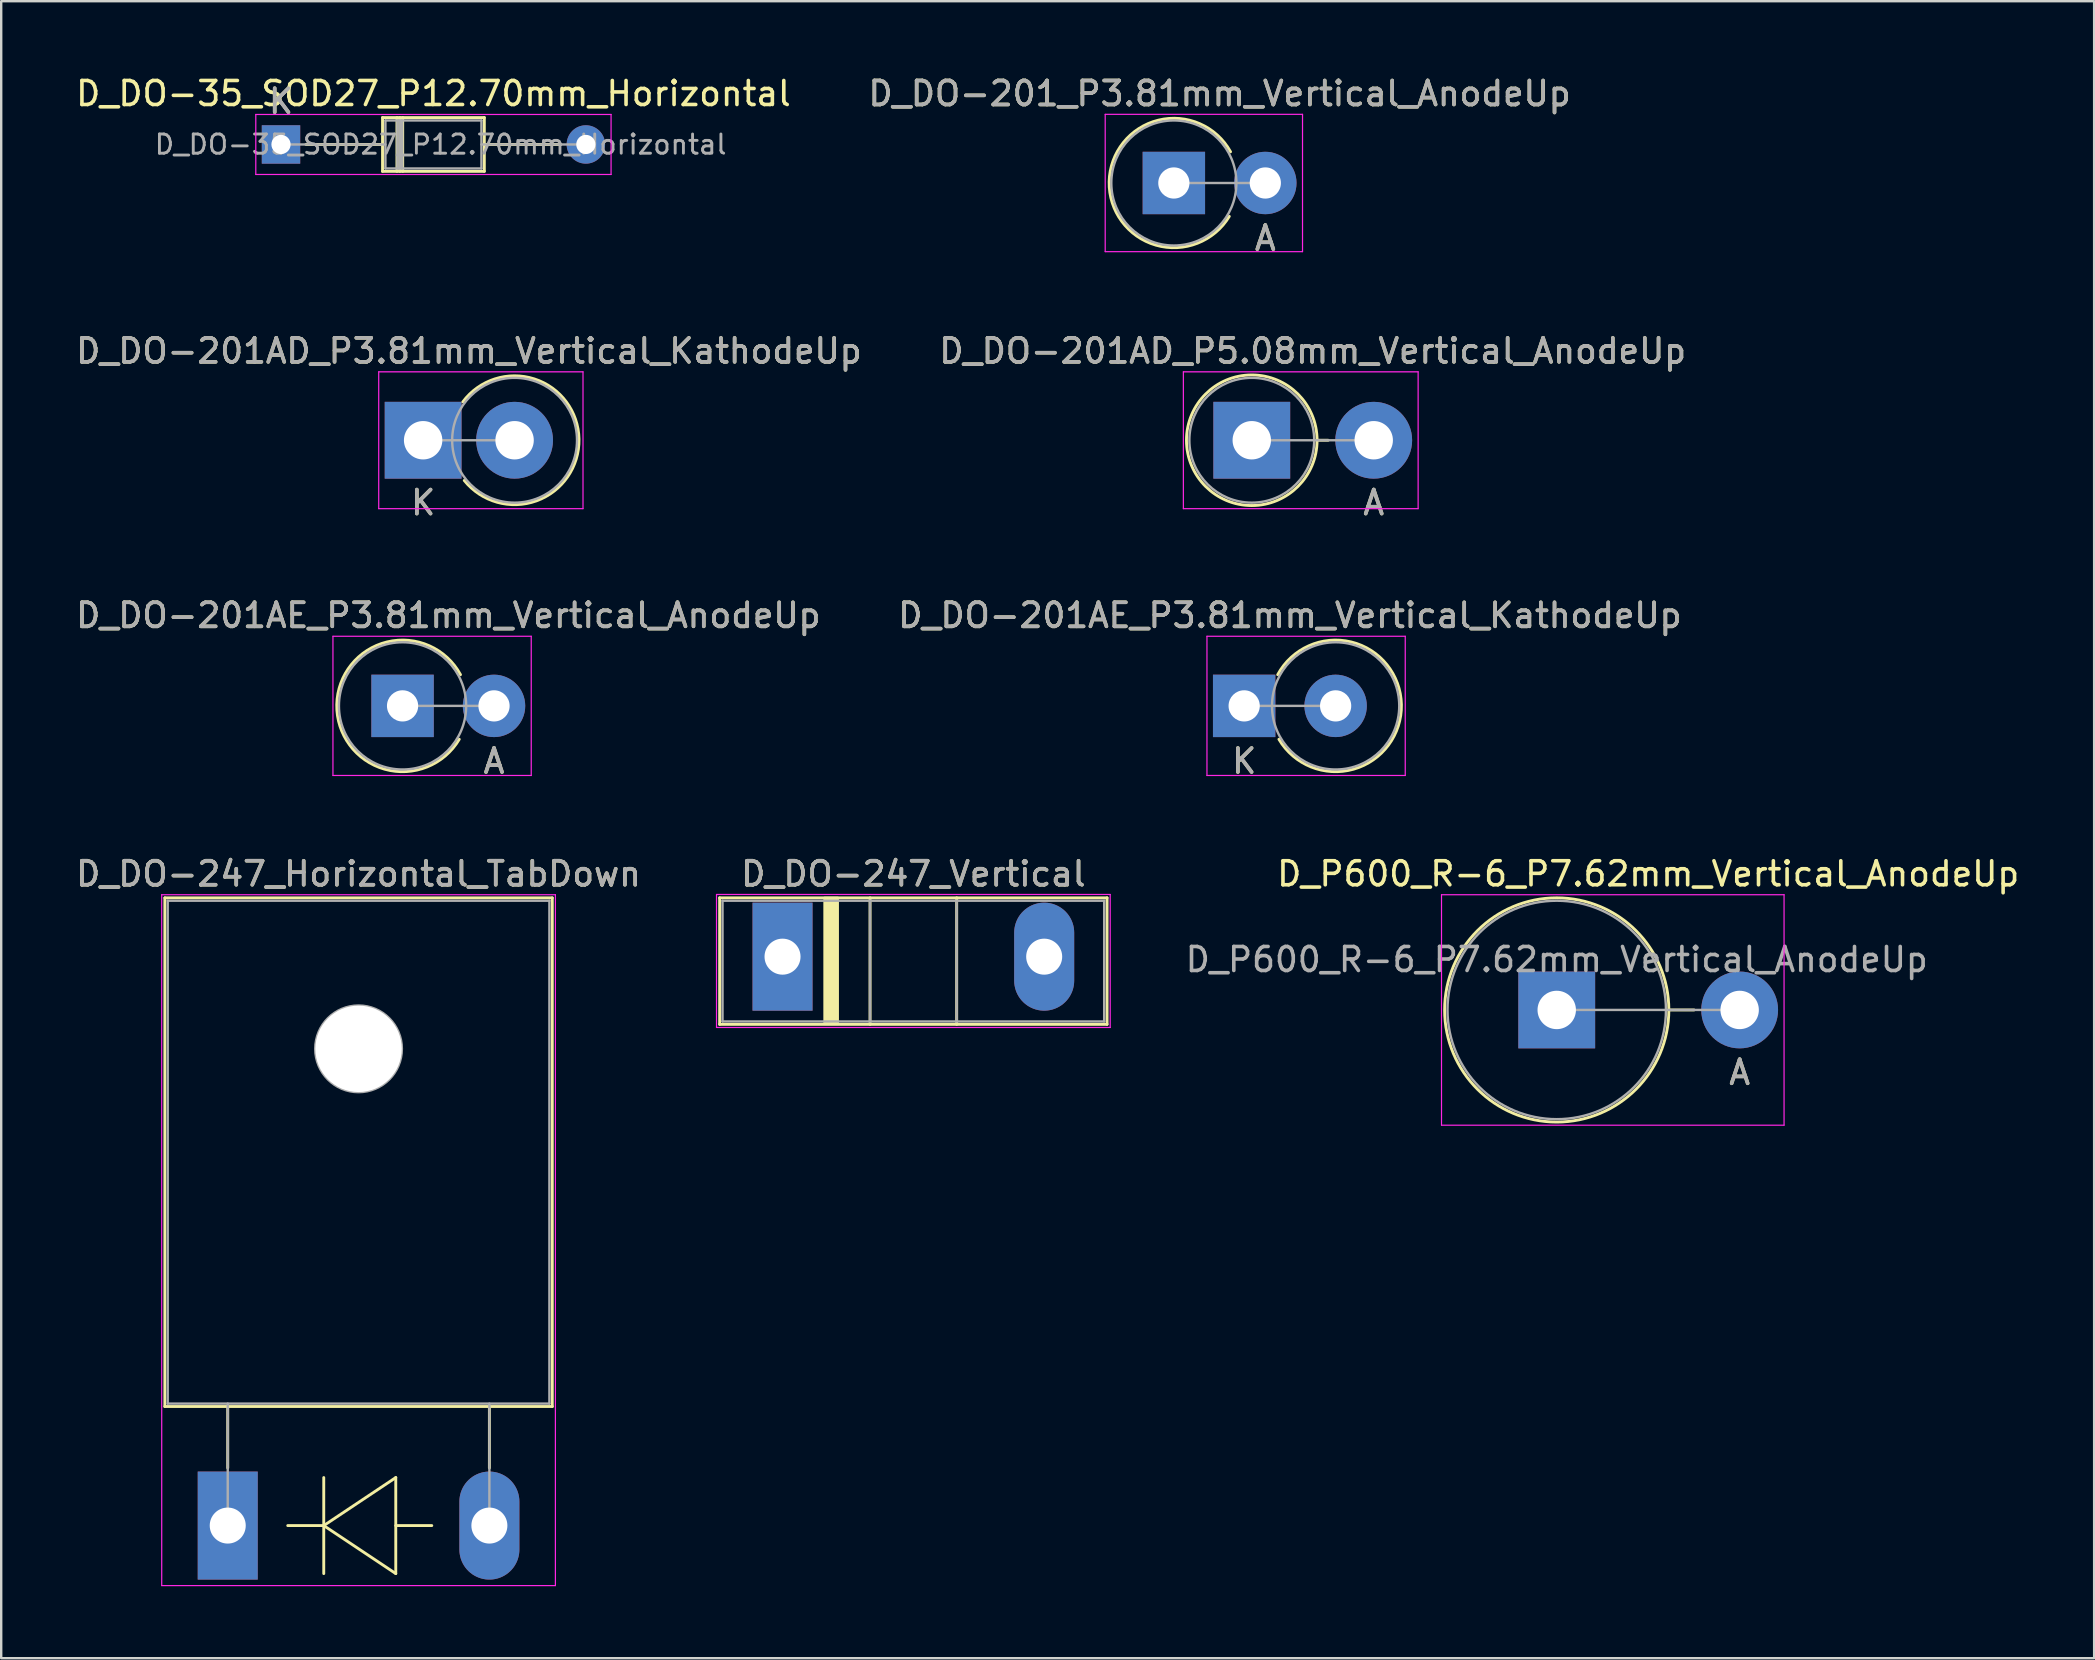
<source format=kicad_pcb>
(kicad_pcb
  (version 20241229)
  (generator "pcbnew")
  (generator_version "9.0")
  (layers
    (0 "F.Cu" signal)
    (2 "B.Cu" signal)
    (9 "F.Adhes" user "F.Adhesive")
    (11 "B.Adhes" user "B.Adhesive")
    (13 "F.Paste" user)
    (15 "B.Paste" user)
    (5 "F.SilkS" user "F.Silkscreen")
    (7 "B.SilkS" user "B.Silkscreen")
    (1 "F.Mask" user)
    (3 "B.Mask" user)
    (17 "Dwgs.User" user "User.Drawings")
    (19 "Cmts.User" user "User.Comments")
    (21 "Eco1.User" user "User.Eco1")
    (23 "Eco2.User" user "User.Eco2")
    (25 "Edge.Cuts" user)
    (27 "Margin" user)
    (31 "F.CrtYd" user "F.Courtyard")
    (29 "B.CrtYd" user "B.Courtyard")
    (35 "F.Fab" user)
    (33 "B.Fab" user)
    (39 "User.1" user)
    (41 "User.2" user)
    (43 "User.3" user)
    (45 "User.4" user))
  (footprint "D_DO-201AE_P3.81mm_Vertical_KathodeUp"
    (layer "F.Cu")
    (at 48.78 26.356)
    (property "Reference" "D_DO-201AE_P3.81mm_Vertical_KathodeUp" (at 1.905 -3.77 0) (layer "F.SilkS") (effects (font (size 1 1) (thickness 0.15))))
    (attr through_hole)
    (fp_arc (start 1.396849 -1.3) (mid 6.55054 -0.052312) (end 1.448218 1.391144) (stroke (width 0.12) (type solid)) (layer "F.SilkS"))
    (fp_line (start -1.55 -2.9) (end -1.55 2.9) (stroke (width 0.05) (type solid)) (layer "F.CrtYd"))
    (fp_line (start -1.55 2.9) (end 6.71 2.9) (stroke (width 0.05) (type solid)) (layer "F.CrtYd"))
    (fp_line (start 6.71 -2.9) (end -1.55 -2.9) (stroke (width 0.05) (type solid)) (layer "F.CrtYd"))
    (fp_line (start 6.71 2.9) (end 6.71 -2.9) (stroke (width 0.05) (type solid)) (layer "F.CrtYd"))
    (fp_line (start 0 0) (end 3.81 0) (stroke (width 0.1) (type solid)) (layer "F.Fab"))
    (fp_circle (center 3.81 0) (end 6.46 0) (stroke (width 0.1) (type solid)) (fill no) (layer "F.Fab"))
    (fp_text user "K" (at 0 2.3 0) (layer "F.SilkS") (effects (font (size 1 1) (thickness 0.15))))
    (fp_text user "K" (at 0 2.3 0) (layer "F.Fab") (effects (font (size 1 1) (thickness 0.15))))
    (fp_text user "${REFERENCE}" (at 1.905 -3.77 0) (layer "F.Fab") (effects (font (size 1 1) (thickness 0.15))))
    (pad "1" thru_hole rect (at 0 0) (size 2.6 2.6) (drill 1.3) (layers "*.Cu" "*.Mask"))
    (pad "2" thru_hole oval (at 3.81 0) (size 2.6 2.6) (drill 1.3) (layers "*.Cu" "*.Mask")))
  (footprint "D_DO-35_SOD27_P12.70mm_Horizontal"
    (layer "F.Cu")
    (at 8.656 2.968)
    (property "Reference" "D_DO-35_SOD27_P12.70mm_Horizontal" (at 6.35 -2.12 0) (layer "F.SilkS") (effects (font (size 1 1) (thickness 0.15))))
    (attr through_hole)
    (fp_line (start 1.04 0) (end 4.23 0) (stroke (width 0.12) (type solid)) (layer "F.SilkS"))
    (fp_line (start 4.23 -1.12) (end 4.23 1.12) (stroke (width 0.12) (type solid)) (layer "F.SilkS"))
    (fp_line (start 4.23 1.12) (end 8.47 1.12) (stroke (width 0.12) (type solid)) (layer "F.SilkS"))
    (fp_line (start 4.83 -1.12) (end 4.83 1.12) (stroke (width 0.12) (type solid)) (layer "F.SilkS"))
    (fp_line (start 4.95 -1.12) (end 4.95 1.12) (stroke (width 0.12) (type solid)) (layer "F.SilkS"))
    (fp_line (start 5.07 -1.12) (end 5.07 1.12) (stroke (width 0.12) (type solid)) (layer "F.SilkS"))
    (fp_line (start 8.47 -1.12) (end 4.23 -1.12) (stroke (width 0.12) (type solid)) (layer "F.SilkS"))
    (fp_line (start 8.47 1.12) (end 8.47 -1.12) (stroke (width 0.12) (type solid)) (layer "F.SilkS"))
    (fp_line (start 11.66 0) (end 8.47 0) (stroke (width 0.12) (type solid)) (layer "F.SilkS"))
    (fp_line (start -1.05 -1.25) (end -1.05 1.25) (stroke (width 0.05) (type solid)) (layer "F.CrtYd"))
    (fp_line (start -1.05 1.25) (end 13.75 1.25) (stroke (width 0.05) (type solid)) (layer "F.CrtYd"))
    (fp_line (start 13.75 -1.25) (end -1.05 -1.25) (stroke (width 0.05) (type solid)) (layer "F.CrtYd"))
    (fp_line (start 13.75 1.25) (end 13.75 -1.25) (stroke (width 0.05) (type solid)) (layer "F.CrtYd"))
    (fp_line (start 0 0) (end 4.35 0) (stroke (width 0.1) (type solid)) (layer "F.Fab"))
    (fp_line (start 4.35 -1) (end 4.35 1) (stroke (width 0.1) (type solid)) (layer "F.Fab"))
    (fp_line (start 4.35 1) (end 8.35 1) (stroke (width 0.1) (type solid)) (layer "F.Fab"))
    (fp_line (start 4.85 -1) (end 4.85 1) (stroke (width 0.1) (type solid)) (layer "F.Fab"))
    (fp_line (start 4.95 -1) (end 4.95 1) (stroke (width 0.1) (type solid)) (layer "F.Fab"))
    (fp_line (start 5.05 -1) (end 5.05 1) (stroke (width 0.1) (type solid)) (layer "F.Fab"))
    (fp_line (start 8.35 -1) (end 4.35 -1) (stroke (width 0.1) (type solid)) (layer "F.Fab"))
    (fp_line (start 8.35 1) (end 8.35 -1) (stroke (width 0.1) (type solid)) (layer "F.Fab"))
    (fp_line (start 12.7 0) (end 8.35 0) (stroke (width 0.1) (type solid)) (layer "F.Fab"))
    (fp_text user "K" (at 0 -1.8 0) (layer "F.SilkS") (effects (font (size 1 1) (thickness 0.15))))
    (fp_text user "K" (at 0 -1.8 0) (layer "F.Fab") (effects (font (size 1 1) (thickness 0.15))))
    (fp_text user "${REFERENCE}" (at 6.65 0 0) (layer "F.Fab") (effects (font (size 0.8 0.8) (thickness 0.12))))
    (pad "1" thru_hole rect (at 0 0) (size 1.6 1.6) (drill 0.8) (layers "*.Cu" "*.Mask"))
    (pad "2" thru_hole oval (at 12.7 0) (size 1.6 1.6) (drill 0.8) (layers "*.Cu" "*.Mask")))
  (footprint "D_P600_R-6_P7.62mm_Vertical_AnodeUp"
    (layer "F.Cu")
    (at 61.801 39.023)
    (property "Reference" "D_P600_R-6_P7.62mm_Vertical_AnodeUp" (at 3.81 -5.67 0) (layer "F.SilkS") (effects (font (size 1 1) (thickness 0.15))))
    (attr through_hole)
    (fp_line (start 4.67 0) (end 5.72 0) (stroke (width 0.12) (type solid)) (layer "F.SilkS"))
    (fp_circle (center 0 0) (end 4.67 0) (stroke (width 0.12) (type solid)) (fill no) (layer "F.SilkS"))
    (fp_line (start -4.8 -4.8) (end -4.8 4.8) (stroke (width 0.05) (type solid)) (layer "F.CrtYd"))
    (fp_line (start -4.8 4.8) (end 9.47 4.8) (stroke (width 0.05) (type solid)) (layer "F.CrtYd"))
    (fp_line (start 9.47 -4.8) (end -4.8 -4.8) (stroke (width 0.05) (type solid)) (layer "F.CrtYd"))
    (fp_line (start 9.47 4.8) (end 9.47 -4.8) (stroke (width 0.05) (type solid)) (layer "F.CrtYd"))
    (fp_line (start 0 0) (end 7.62 0) (stroke (width 0.1) (type solid)) (layer "F.Fab"))
    (fp_circle (center 0 0) (end 4.55 0) (stroke (width 0.1) (type solid)) (fill no) (layer "F.Fab"))
    (fp_text user "A" (at 7.62 2.6 0) (layer "F.SilkS") (effects (font (size 1 1) (thickness 0.15))))
    (fp_text user "${REFERENCE}" (at 0 -2.1 0) (layer "F.Fab") (effects (font (size 1 1) (thickness 0.15))))
    (fp_text user "A" (at 7.62 2.6 0) (layer "F.Fab") (effects (font (size 1 1) (thickness 0.15))))
    (pad "1" thru_hole rect (at 0 0) (size 3.2 3.2) (drill 1.6) (layers "*.Cu" "*.Mask"))
    (pad "2" thru_hole oval (at 7.62 0) (size 3.2 3.2) (drill 1.6) (layers "*.Cu" "*.Mask")))
  (footprint "D_DO-247_Vertical"
    (layer "F.Cu")
    (at 29.549 36.803)
    (property "Reference" "D_DO-247_Vertical" (at 5.45 -3.45 0) (layer "F.SilkS") (effects (font (size 1 1) (thickness 0.15))))
    (attr through_hole)
    (fp_line (start -2.62 -2.451) (end -2.62 2.82) (stroke (width 0.12) (type solid)) (layer "F.SilkS"))
    (fp_line (start -2.62 -2.451) (end 13.52 -2.451) (stroke (width 0.12) (type solid)) (layer "F.SilkS"))
    (fp_line (start -2.62 2.82) (end 13.52 2.82) (stroke (width 0.12) (type solid)) (layer "F.SilkS"))
    (fp_line (start 3.646 -2.451) (end 3.646 2.82) (stroke (width 0.12) (type solid)) (layer "F.SilkS"))
    (fp_line (start 7.255 -2.451) (end 7.255 2.82) (stroke (width 0.12) (type solid)) (layer "F.SilkS"))
    (fp_line (start 13.52 -2.451) (end 13.52 2.82) (stroke (width 0.12) (type solid)) (layer "F.SilkS"))
    (fp_poly (pts (xy 2.3 2.8) (xy 1.75 2.8) (xy 1.75 -2.45) (xy 2.3 -2.45)) (stroke (width 0.1) (type solid)) (fill yes) (layer "F.SilkS"))
    (fp_line (start -2.75 -2.59) (end -2.75 2.95) (stroke (width 0.05) (type solid)) (layer "F.CrtYd"))
    (fp_line (start -2.75 2.95) (end 13.65 2.95) (stroke (width 0.05) (type solid)) (layer "F.CrtYd"))
    (fp_line (start 13.65 -2.59) (end -2.75 -2.59) (stroke (width 0.05) (type solid)) (layer "F.CrtYd"))
    (fp_line (start 13.65 2.95) (end 13.65 -2.59) (stroke (width 0.05) (type solid)) (layer "F.CrtYd"))
    (fp_line (start -2.5 -2.33) (end -2.5 2.7) (stroke (width 0.1) (type solid)) (layer "F.Fab"))
    (fp_line (start -2.5 2.7) (end 13.4 2.7) (stroke (width 0.1) (type solid)) (layer "F.Fab"))
    (fp_line (start 3.645 -2.33) (end 3.645 2.7) (stroke (width 0.1) (type solid)) (layer "F.Fab"))
    (fp_line (start 7.255 -2.33) (end 7.255 2.7) (stroke (width 0.1) (type solid)) (layer "F.Fab"))
    (fp_line (start 13.4 -2.33) (end -2.5 -2.33) (stroke (width 0.1) (type solid)) (layer "F.Fab"))
    (fp_line (start 13.4 2.7) (end 13.4 -2.33) (stroke (width 0.1) (type solid)) (layer "F.Fab"))
    (fp_text user "${REFERENCE}" (at 5.45 -3.45 0) (layer "F.Fab") (effects (font (size 1 1) (thickness 0.15))))
    (pad "1" thru_hole rect (at 0 0) (size 2.5 4.5) (drill 1.5) (layers "*.Cu" "*.Mask"))
    (pad "2" thru_hole oval (at 10.9 0) (size 2.5 4.5) (drill 1.5) (layers "*.Cu" "*.Mask")))
  (footprint "D_DO-201AD_P3.81mm_Vertical_KathodeUp"
    (layer "F.Cu")
    (at 14.577 15.29)
    (property "Reference" "D_DO-201AD_P3.81mm_Vertical_KathodeUp" (at 1.905 -3.72 0) (layer "F.SilkS") (effects (font (size 1 1) (thickness 0.15))))
    (attr through_hole)
    (fp_arc (start 1.655284 -1.6) (mid 6.493382 -0.047582) (end 1.713364 1.675386) (stroke (width 0.12) (type solid)) (layer "F.SilkS"))
    (fp_line (start -1.85 -2.85) (end -1.85 2.85) (stroke (width 0.05) (type solid)) (layer "F.CrtYd"))
    (fp_line (start -1.85 2.85) (end 6.66 2.85) (stroke (width 0.05) (type solid)) (layer "F.CrtYd"))
    (fp_line (start 6.66 -2.85) (end -1.85 -2.85) (stroke (width 0.05) (type solid)) (layer "F.CrtYd"))
    (fp_line (start 6.66 2.85) (end 6.66 -2.85) (stroke (width 0.05) (type solid)) (layer "F.CrtYd"))
    (fp_line (start 0 0) (end 3.81 0) (stroke (width 0.1) (type solid)) (layer "F.Fab"))
    (fp_circle (center 3.81 0) (end 6.41 0) (stroke (width 0.1) (type solid)) (fill no) (layer "F.Fab"))
    (fp_text user "K" (at 0 2.6 0) (layer "F.SilkS") (effects (font (size 1 1) (thickness 0.15))))
    (fp_text user "K" (at 0 2.6 0) (layer "F.Fab") (effects (font (size 1 1) (thickness 0.15))))
    (fp_text user "${REFERENCE}" (at 1.905 -3.72 0) (layer "F.Fab") (effects (font (size 1 1) (thickness 0.15))))
    (pad "1" thru_hole rect (at 0 0) (size 3.2 3.2) (drill 1.6) (layers "*.Cu" "*.Mask"))
    (pad "2" thru_hole oval (at 3.81 0) (size 3.2 3.2) (drill 1.6) (layers "*.Cu" "*.Mask")))
  (footprint "D_DO-201AD_P5.08mm_Vertical_AnodeUp"
    (layer "F.Cu")
    (at 49.097 15.29)
    (property "Reference" "D_DO-201AD_P5.08mm_Vertical_AnodeUp" (at 2.54 -3.72 0) (layer "F.SilkS") (effects (font (size 1 1) (thickness 0.15))))
    (attr through_hole)
    (fp_line (start 2.72 0) (end 3.18 0) (stroke (width 0.12) (type solid)) (layer "F.SilkS"))
    (fp_circle (center 0 0) (end 2.72 0) (stroke (width 0.12) (type solid)) (fill no) (layer "F.SilkS"))
    (fp_line (start -2.85 -2.85) (end -2.85 2.85) (stroke (width 0.05) (type solid)) (layer "F.CrtYd"))
    (fp_line (start -2.85 2.85) (end 6.93 2.85) (stroke (width 0.05) (type solid)) (layer "F.CrtYd"))
    (fp_line (start 6.93 -2.85) (end -2.85 -2.85) (stroke (width 0.05) (type solid)) (layer "F.CrtYd"))
    (fp_line (start 6.93 2.85) (end 6.93 -2.85) (stroke (width 0.05) (type solid)) (layer "F.CrtYd"))
    (fp_line (start 0 0) (end 5.08 0) (stroke (width 0.1) (type solid)) (layer "F.Fab"))
    (fp_circle (center 0 0) (end 2.6 0) (stroke (width 0.1) (type solid)) (fill no) (layer "F.Fab"))
    (fp_text user "A" (at 5.08 2.6 0) (layer "F.SilkS") (effects (font (size 1 1) (thickness 0.15))))
    (fp_text user "A" (at 5.08 2.6 0) (layer "F.Fab") (effects (font (size 1 1) (thickness 0.15))))
    (fp_text user "${REFERENCE}" (at 2.54 -3.72 0) (layer "F.Fab") (effects (font (size 1 1) (thickness 0.15))))
    (pad "1" thru_hole rect (at 0 0) (size 3.2 3.2) (drill 1.6) (layers "*.Cu" "*.Mask"))
    (pad "2" thru_hole oval (at 5.08 0) (size 3.2 3.2) (drill 1.6) (layers "*.Cu" "*.Mask")))
  (footprint "D_DO-247_Horizontal_TabDown"
    (layer "F.Cu")
    (at 6.437 60.503)
    (property "Reference" "D_DO-247_Horizontal_TabDown" (at 5.45 -27.15 0) (layer "F.SilkS") (effects (font (size 1 1) (thickness 0.15))))
    (attr through_hole)
    (fp_line (start -2.62 -26.15) (end -2.62 -4.96) (stroke (width 0.12) (type solid)) (layer "F.SilkS"))
    (fp_line (start -2.62 -26.15) (end 13.52 -26.15) (stroke (width 0.12) (type solid)) (layer "F.SilkS"))
    (fp_line (start -2.62 -4.96) (end 13.52 -4.96) (stroke (width 0.12) (type solid)) (layer "F.SilkS"))
    (fp_line (start 0 -4.96) (end 0 -2.4) (stroke (width 0.12) (type solid)) (layer "F.SilkS"))
    (fp_line (start 4 -2) (end 4 2) (stroke (width 0.12) (type solid)) (layer "F.SilkS"))
    (fp_line (start 4 0) (end 2.5 0) (stroke (width 0.12) (type solid)) (layer "F.SilkS"))
    (fp_line (start 4 0) (end 7 -2) (stroke (width 0.12) (type solid)) (layer "F.SilkS"))
    (fp_line (start 7 -2) (end 7 2) (stroke (width 0.12) (type solid)) (layer "F.SilkS"))
    (fp_line (start 7 0) (end 8.5 0) (stroke (width 0.12) (type solid)) (layer "F.SilkS"))
    (fp_line (start 7 2) (end 4 0) (stroke (width 0.12) (type solid)) (layer "F.SilkS"))
    (fp_line (start 10.9 -4.96) (end 10.9 -2.4) (stroke (width 0.12) (type solid)) (layer "F.SilkS"))
    (fp_line (start 13.52 -26.15) (end 13.52 -4.96) (stroke (width 0.12) (type solid)) (layer "F.SilkS"))
    (fp_line (start -2.75 -26.28) (end -2.75 2.5) (stroke (width 0.05) (type solid)) (layer "F.CrtYd"))
    (fp_line (start -2.75 2.5) (end 13.65 2.5) (stroke (width 0.05) (type solid)) (layer "F.CrtYd"))
    (fp_line (start 13.65 -26.28) (end -2.75 -26.28) (stroke (width 0.05) (type solid)) (layer "F.CrtYd"))
    (fp_line (start 13.65 2.5) (end 13.65 -26.28) (stroke (width 0.05) (type solid)) (layer "F.CrtYd"))
    (fp_line (start -2.5 -26.03) (end 13.4 -26.03) (stroke (width 0.1) (type solid)) (layer "F.Fab"))
    (fp_line (start -2.5 -5.08) (end -2.5 -26.03) (stroke (width 0.1) (type solid)) (layer "F.Fab"))
    (fp_line (start 0 -5.08) (end 0 0) (stroke (width 0.1) (type solid)) (layer "F.Fab"))
    (fp_line (start 10.9 -5.08) (end 10.9 0) (stroke (width 0.1) (type solid)) (layer "F.Fab"))
    (fp_line (start 13.4 -26.03) (end 13.4 -5.08) (stroke (width 0.1) (type solid)) (layer "F.Fab"))
    (fp_line (start 13.4 -5.08) (end -2.5 -5.08) (stroke (width 0.1) (type solid)) (layer "F.Fab"))
    (fp_circle (center 5.45 -19.86) (end 7.255 -19.86) (stroke (width 0.1) (type solid)) (fill no) (layer "F.Fab"))
    (fp_text user "${REFERENCE}" (at 5.45 -27.15 0) (layer "F.Fab") (effects (font (size 1 1) (thickness 0.15))))
    (pad "" np_thru_hole oval (at 5.45 -19.86) (size 3.6 3.6) (drill 3.6) (layers "*.Cu" "*.Mask"))
    (pad "1" thru_hole rect (at 0 0) (size 2.5 4.5) (drill 1.5) (layers "*.Cu" "*.Mask"))
    (pad "2" thru_hole oval (at 10.9 0) (size 2.5 4.5) (drill 1.5) (layers "*.Cu" "*.Mask")))
  (footprint "D_DO-201_P3.81mm_Vertical_AnodeUp"
    (layer "F.Cu")
    (at 45.851 4.573)
    (property "Reference" "D_DO-201_P3.81mm_Vertical_AnodeUp" (at 1.905 -3.725 0) (layer "F.SilkS") (effects (font (size 1 1) (thickness 0.15))))
    (attr through_hole)
    (fp_arc (start 2.30942 1.390181) (mid -2.695054 -0.052035) (end 2.361361 -1.3) (stroke (width 0.12) (type solid)) (layer "F.SilkS"))
    (fp_line (start -2.86 -2.86) (end -2.86 2.86) (stroke (width 0.05) (type solid)) (layer "F.CrtYd"))
    (fp_line (start -2.86 2.86) (end 5.36 2.86) (stroke (width 0.05) (type solid)) (layer "F.CrtYd"))
    (fp_line (start 5.36 -2.86) (end -2.86 -2.86) (stroke (width 0.05) (type solid)) (layer "F.CrtYd"))
    (fp_line (start 5.36 2.86) (end 5.36 -2.86) (stroke (width 0.05) (type solid)) (layer "F.CrtYd"))
    (fp_line (start 0 0) (end 3.81 0) (stroke (width 0.1) (type solid)) (layer "F.Fab"))
    (fp_circle (center 0 0) (end 2.605 0) (stroke (width 0.1) (type solid)) (fill no) (layer "F.Fab"))
    (fp_text user "A" (at 3.81 2.3 0) (layer "F.SilkS") (effects (font (size 1 1) (thickness 0.15))))
    (fp_text user "A" (at 3.81 2.3 0) (layer "F.Fab") (effects (font (size 1 1) (thickness 0.15))))
    (fp_text user "${REFERENCE}" (at 1.905 -3.725 0) (layer "F.Fab") (effects (font (size 1 1) (thickness 0.15))))
    (pad "1" thru_hole rect (at 0 0) (size 2.6 2.6) (drill 1.3) (layers "*.Cu" "*.Mask"))
    (pad "2" thru_hole oval (at 3.81 0) (size 2.6 2.6) (drill 1.3) (layers "*.Cu" "*.Mask")))
  (footprint "D_DO-201AE_P3.81mm_Vertical_AnodeUp"
    (layer "F.Cu")
    (at 13.72 26.356)
    (property "Reference" "D_DO-201AE_P3.81mm_Vertical_AnodeUp" (at 1.905 -3.77 0) (layer "F.SilkS") (effects (font (size 1 1) (thickness 0.15))))
    (attr through_hole)
    (fp_arc (start 2.361782 1.391144) (mid -2.74054 -0.052312) (end 2.413151 -1.3) (stroke (width 0.12) (type solid)) (layer "F.SilkS"))
    (fp_line (start -2.9 -2.9) (end -2.9 2.9) (stroke (width 0.05) (type solid)) (layer "F.CrtYd"))
    (fp_line (start -2.9 2.9) (end 5.36 2.9) (stroke (width 0.05) (type solid)) (layer "F.CrtYd"))
    (fp_line (start 5.36 -2.9) (end -2.9 -2.9) (stroke (width 0.05) (type solid)) (layer "F.CrtYd"))
    (fp_line (start 5.36 2.9) (end 5.36 -2.9) (stroke (width 0.05) (type solid)) (layer "F.CrtYd"))
    (fp_line (start 0 0) (end 3.81 0) (stroke (width 0.1) (type solid)) (layer "F.Fab"))
    (fp_circle (center 0 0) (end 2.65 0) (stroke (width 0.1) (type solid)) (fill no) (layer "F.Fab"))
    (fp_text user "A" (at 3.81 2.3 0) (layer "F.SilkS") (effects (font (size 1 1) (thickness 0.15))))
    (fp_text user "${REFERENCE}" (at 1.905 -3.77 0) (layer "F.Fab") (effects (font (size 1 1) (thickness 0.15))))
    (fp_text user "A" (at 3.81 2.3 0) (layer "F.Fab") (effects (font (size 1 1) (thickness 0.15))))
    (pad "1" thru_hole rect (at 0 0) (size 2.6 2.6) (drill 1.3) (layers "*.Cu" "*.Mask"))
    (pad "2" thru_hole oval (at 3.81 0) (size 2.6 2.6) (drill 1.3) (layers "*.Cu" "*.Mask")))
  (gr_rect
    (start -3 -3)
    (end 84.189 66.028)
    (stroke (width 0.1) (type default))
    (fill no)
    (layer "Edge.Cuts")))
</source>
